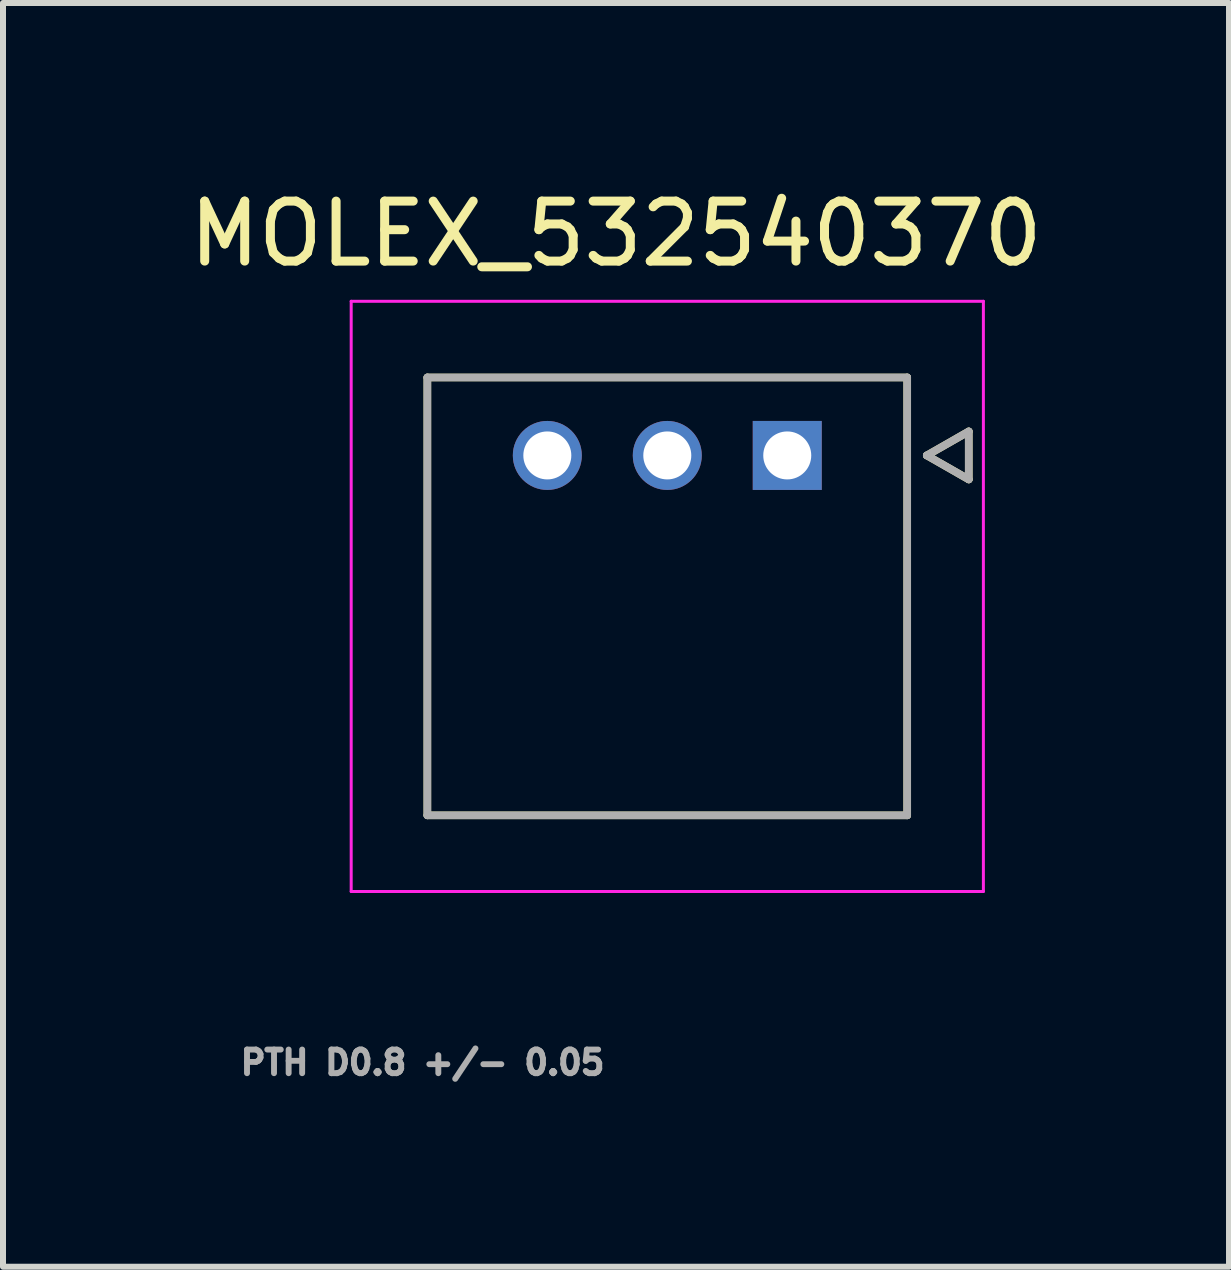
<source format=kicad_pcb>
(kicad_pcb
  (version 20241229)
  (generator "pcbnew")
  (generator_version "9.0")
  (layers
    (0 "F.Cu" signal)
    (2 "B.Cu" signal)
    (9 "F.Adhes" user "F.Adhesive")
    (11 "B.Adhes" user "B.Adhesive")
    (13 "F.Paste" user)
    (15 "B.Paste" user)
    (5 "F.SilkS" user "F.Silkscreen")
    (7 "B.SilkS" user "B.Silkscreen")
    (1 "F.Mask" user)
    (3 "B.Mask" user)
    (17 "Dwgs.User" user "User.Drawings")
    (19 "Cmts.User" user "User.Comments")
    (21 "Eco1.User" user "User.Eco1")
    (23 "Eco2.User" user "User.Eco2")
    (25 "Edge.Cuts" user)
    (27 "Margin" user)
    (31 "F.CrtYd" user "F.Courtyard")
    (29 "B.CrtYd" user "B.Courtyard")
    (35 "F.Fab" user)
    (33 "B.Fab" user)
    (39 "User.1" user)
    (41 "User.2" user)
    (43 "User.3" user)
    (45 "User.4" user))
  (footprint "MOLEX_532540370"
    (layer "F.Cu")
    (at 10.075 4.543)
    (property "Reference" "MOLEX_532540370" (at -2.855 -3.695 0) (layer "F.SilkS") (effects (font (size 1 1) (thickness 0.15))))
    (attr through_hole)
    (fp_circle (center -4 0) (end -3.674 0) (stroke (width 0.651) (type solid)) (fill no) (layer "F.Mask"))
    (fp_circle (center -2 0) (end -1.674 0) (stroke (width 0.651) (type solid)) (fill no) (layer "F.Mask"))
    (fp_poly (pts (xy -0.651 -0.651) (xy 0.651 -0.651) (xy 0.651 0.651) (xy -0.651 0.651)) (stroke (width 0.01) (type solid)) (fill yes) (layer "F.Mask"))
    (fp_circle (center -4 0) (end -3.674 0) (stroke (width 0.651) (type solid)) (fill no) (layer "B.Mask"))
    (fp_circle (center -2 0) (end -1.674 0) (stroke (width 0.651) (type solid)) (fill no) (layer "B.Mask"))
    (fp_poly (pts (xy -0.651 -0.651) (xy 0.651 -0.651) (xy 0.651 0.651) (xy -0.651 0.651)) (stroke (width 0.01) (type solid)) (fill yes) (layer "B.Mask"))
    (fp_line (start -6 -1.3) (end 2 -1.3) (stroke (width 0.127) (type solid)) (layer "F.SilkS"))
    (fp_line (start -6 6) (end -6 -1.3) (stroke (width 0.127) (type solid)) (layer "F.SilkS"))
    (fp_line (start 2 -1.3) (end 2 6) (stroke (width 0.127) (type solid)) (layer "F.SilkS"))
    (fp_line (start 2 6) (end -6 6) (stroke (width 0.127) (type solid)) (layer "F.SilkS"))
    (fp_line (start 2.326 0) (end 3.026 0.4) (stroke (width 0.127) (type solid)) (layer "F.SilkS"))
    (fp_line (start 3.026 -0.4) (end 2.326 0) (stroke (width 0.127) (type solid)) (layer "F.SilkS"))
    (fp_line (start 3.026 0.4) (end 3.026 -0.4) (stroke (width 0.127) (type solid)) (layer "F.SilkS"))
    (fp_line (start -7.27 -2.57) (end 3.27 -2.57) (stroke (width 0.05) (type solid)) (layer "F.CrtYd"))
    (fp_line (start -7.27 7.27) (end -7.27 -2.57) (stroke (width 0.05) (type solid)) (layer "F.CrtYd"))
    (fp_line (start -7.27 7.27) (end 3.27 7.27) (stroke (width 0.05) (type solid)) (layer "F.CrtYd"))
    (fp_line (start 3.27 -2.57) (end 3.27 7.27) (stroke (width 0.05) (type solid)) (layer "F.CrtYd"))
    (fp_line (start -6 -1.3) (end 2 -1.3) (stroke (width 0.127) (type solid)) (layer "F.Fab"))
    (fp_line (start -6 6) (end -6 -1.3) (stroke (width 0.127) (type solid)) (layer "F.Fab"))
    (fp_line (start 2 -1.3) (end 2 6) (stroke (width 0.127) (type solid)) (layer "F.Fab"))
    (fp_line (start 2 6) (end -6 6) (stroke (width 0.127) (type solid)) (layer "F.Fab"))
    (fp_line (start 2.326 0) (end 3.026 0.4) (stroke (width 0.127) (type solid)) (layer "F.Fab"))
    (fp_line (start 3.026 -0.4) (end 2.326 0) (stroke (width 0.127) (type solid)) (layer "F.Fab"))
    (fp_line (start 3.026 0.4) (end 3.026 -0.4) (stroke (width 0.127) (type solid)) (layer "F.Fab"))
    (fp_text user "PTH D0.8 +/- 0.05" (at -6.08 10.122 0) (layer "F.Fab") (effects (font (size 0.394 0.394) (thickness 0.15))))
    (pad "1" thru_hole rect (at 0 0) (size 1.15 1.15) (drill 0.8) (layers "*.Cu"))
    (pad "2" thru_hole circle (at -2 0) (size 1.15 1.15) (drill 0.8) (layers "*.Cu"))
    (pad "3" thru_hole circle (at -4 0) (size 1.15 1.15) (drill 0.8) (layers "*.Cu")))
  (gr_rect
    (start -3 -3)
    (end 17.44 18.069)
    (stroke (width 0.1) (type default))
    (fill no)
    (layer "Edge.Cuts")))
</source>
